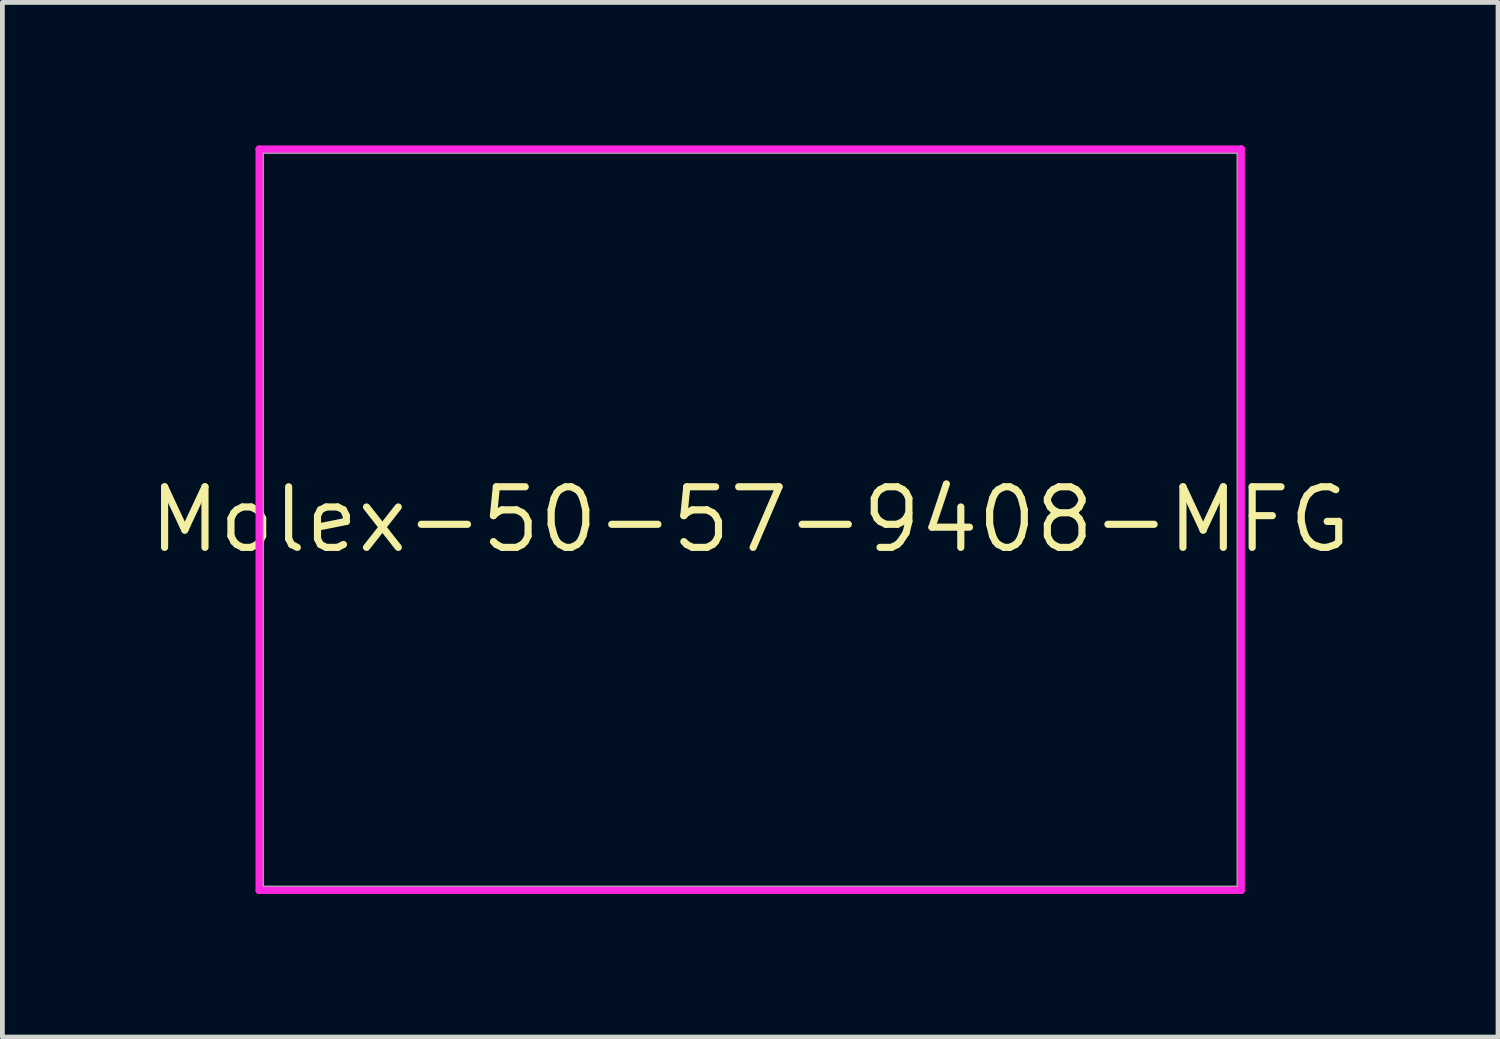
<source format=kicad_pcb>
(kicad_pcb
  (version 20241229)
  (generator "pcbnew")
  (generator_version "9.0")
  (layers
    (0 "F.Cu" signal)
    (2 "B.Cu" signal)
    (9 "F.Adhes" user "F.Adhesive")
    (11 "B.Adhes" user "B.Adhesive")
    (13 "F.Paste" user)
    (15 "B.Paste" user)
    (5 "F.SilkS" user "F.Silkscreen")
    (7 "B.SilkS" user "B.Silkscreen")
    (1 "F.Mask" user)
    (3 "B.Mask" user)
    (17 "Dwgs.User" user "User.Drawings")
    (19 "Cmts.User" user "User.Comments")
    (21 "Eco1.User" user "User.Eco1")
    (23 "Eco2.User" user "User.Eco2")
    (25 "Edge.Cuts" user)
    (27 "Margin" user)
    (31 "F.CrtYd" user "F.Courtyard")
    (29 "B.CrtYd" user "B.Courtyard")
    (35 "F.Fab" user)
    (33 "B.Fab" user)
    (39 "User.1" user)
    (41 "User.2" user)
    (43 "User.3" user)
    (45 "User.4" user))
  (footprint "Molex-50-57-9408-MFG"
    (layer "F.Cu")
    (at 12.677 7.845)
    (property "Reference" "Molex-50-57-9408-MFG" (at 0 0 0) (layer "F.SilkS") (effects (font (size 1.27 1.27) (thickness 0.15))))
    (attr through_hole)
    (fp_line (start -10.295 -7.77) (end -10.295 7.77) (stroke (width 0.15) (type solid)) (layer "F.CrtYd"))
    (fp_line (start -10.295 7.77) (end 10.295 7.77) (stroke (width 0.15) (type solid)) (layer "F.CrtYd"))
    (fp_line (start 10.295 -7.77) (end -10.295 -7.77) (stroke (width 0.15) (type solid)) (layer "F.CrtYd"))
    (fp_line (start 10.295 -7.77) (end 10.295 -7.77) (stroke (width 0.15) (type solid)) (layer "F.CrtYd"))
    (fp_line (start 10.295 7.77) (end 10.295 -7.77) (stroke (width 0.15) (type solid)) (layer "F.CrtYd"))
    (fp_line (start -10.27 -7.745) (end 10.27 -7.745) (stroke (width 0.15) (type solid)) (layer "F.Fab"))
    (fp_line (start -10.27 7.745) (end -10.27 -7.745) (stroke (width 0.15) (type solid)) (layer "F.Fab"))
    (fp_line (start 10.27 -7.745) (end 10.27 7.745) (stroke (width 0.15) (type solid)) (layer "F.Fab"))
    (fp_line (start 10.27 7.745) (end -10.27 7.745) (stroke (width 0.15) (type solid)) (layer "F.Fab")))
  (gr_rect
    (start -3 -3)
    (end 28.354 18.69)
    (stroke (width 0.1) (type default))
    (fill no)
    (layer "Edge.Cuts")))
</source>
